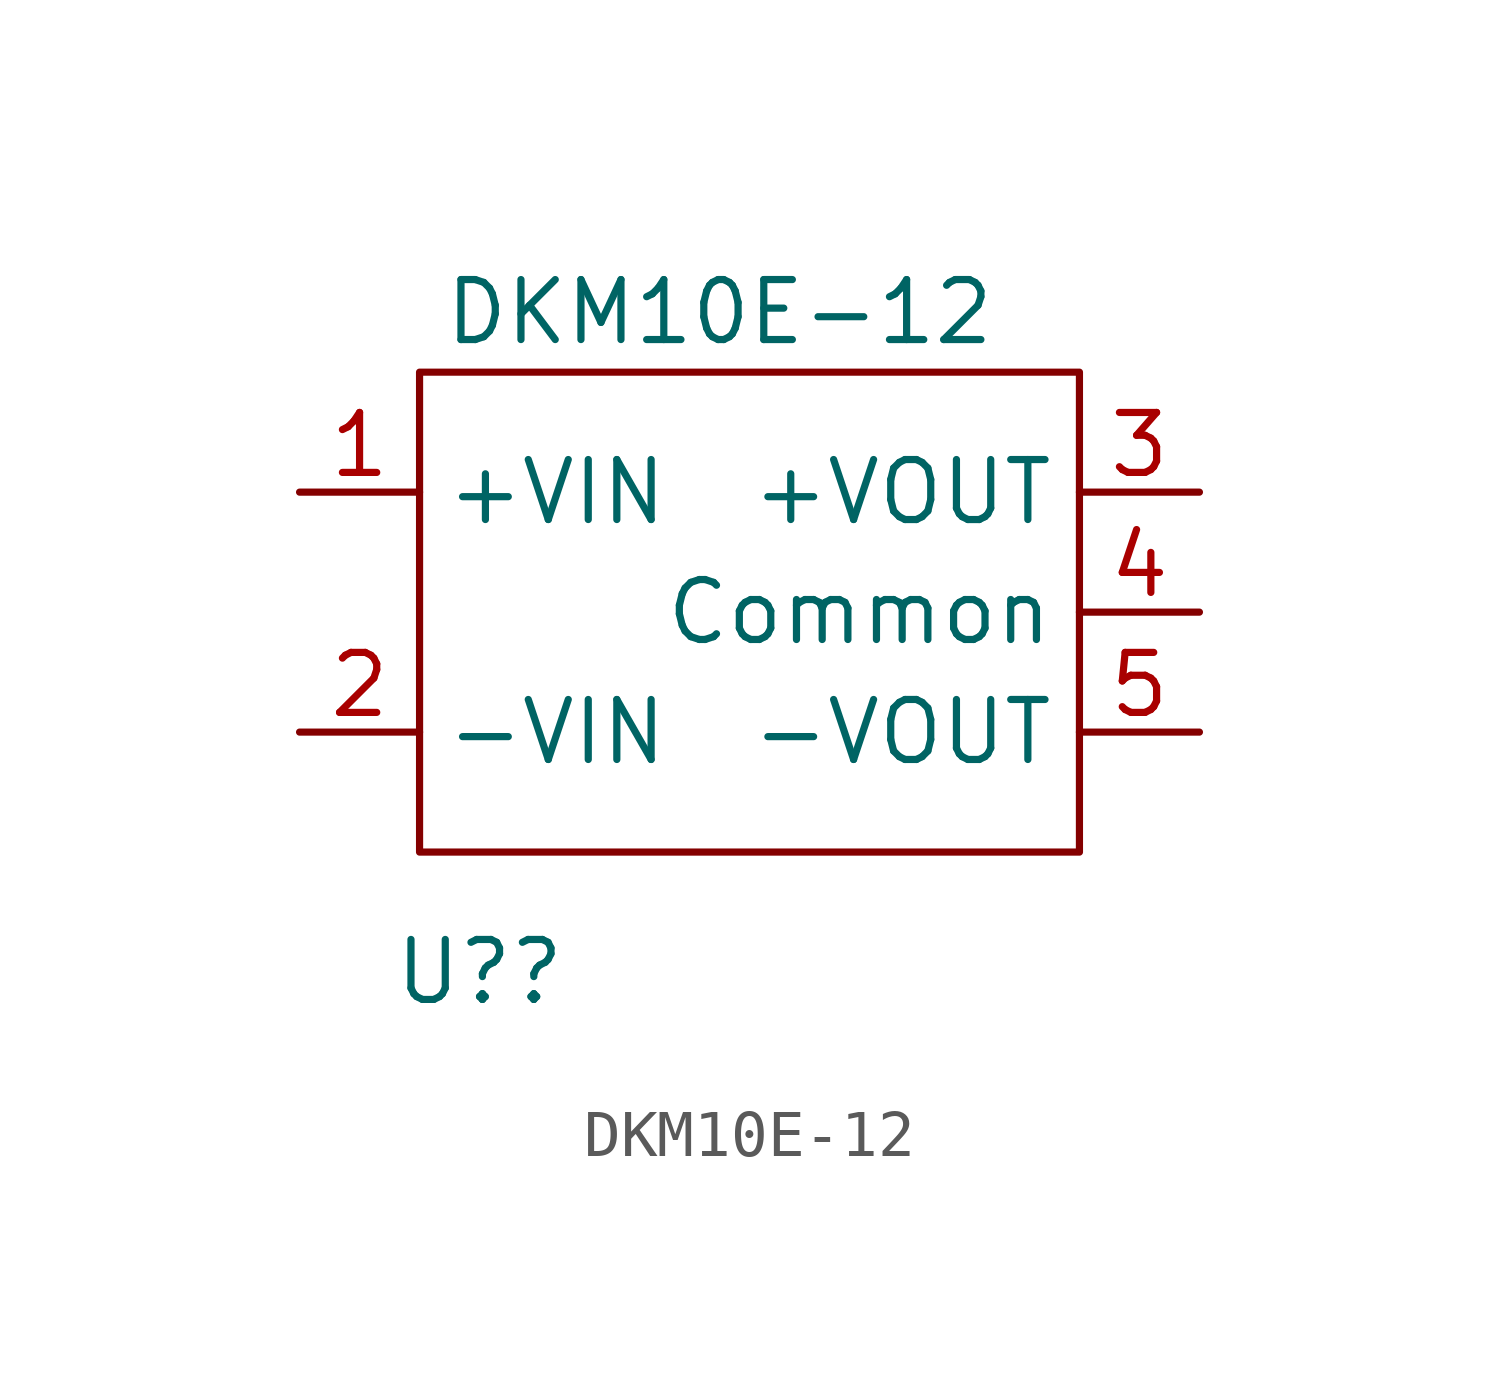
<source format=kicad_sym>
(kicad_symbol_lib
  (version 20211014)
  (generator kicad_symbol_editor)
  (symbol "DKM10E-12"
    (property "Reference" "U?"
      (at 1.27 -12.7 0)
      (effects (font (size 1.27 1.27))))
    (property "Value" "DKM10E-12"
      (at 6.35 1.27 0)
      (effects (font (size 1.27 1.27))))
    (symbol "DKM10E-12_0_1"
      (rectangle (start 0 0) (end 13.97 -10.16) (stroke (width 0) (type default) (color 0 0 0 0)) (fill (type none))))
    (symbol "DKM10E-12_1_1"
      (pin input line (at -2.54 -2.54 0) (length 2.54) (name "+VIN" (effects (font (size 1.27 1.27)))) (number "1" (effects (font (size 1.27 1.27)))))
      (pin input line (at -2.54 -7.62 0) (length 2.54) (name "-VIN" (effects (font (size 1.27 1.27)))) (number "2" (effects (font (size 1.27 1.27)))))
      (pin input line (at 16.51 -2.54 180) (length 2.54) (name "+VOUT" (effects (font (size 1.27 1.27)))) (number "3" (effects (font (size 1.27 1.27)))))
      (pin input line (at 16.51 -5.08 180) (length 2.54) (name "Common" (effects (font (size 1.27 1.27)))) (number "4" (effects (font (size 1.27 1.27)))))
      (pin input line (at 16.51 -7.62 180) (length 2.54) (name "-VOUT" (effects (font (size 1.27 1.27)))) (number "5" (effects (font (size 1.27 1.27))))))))
</source>
